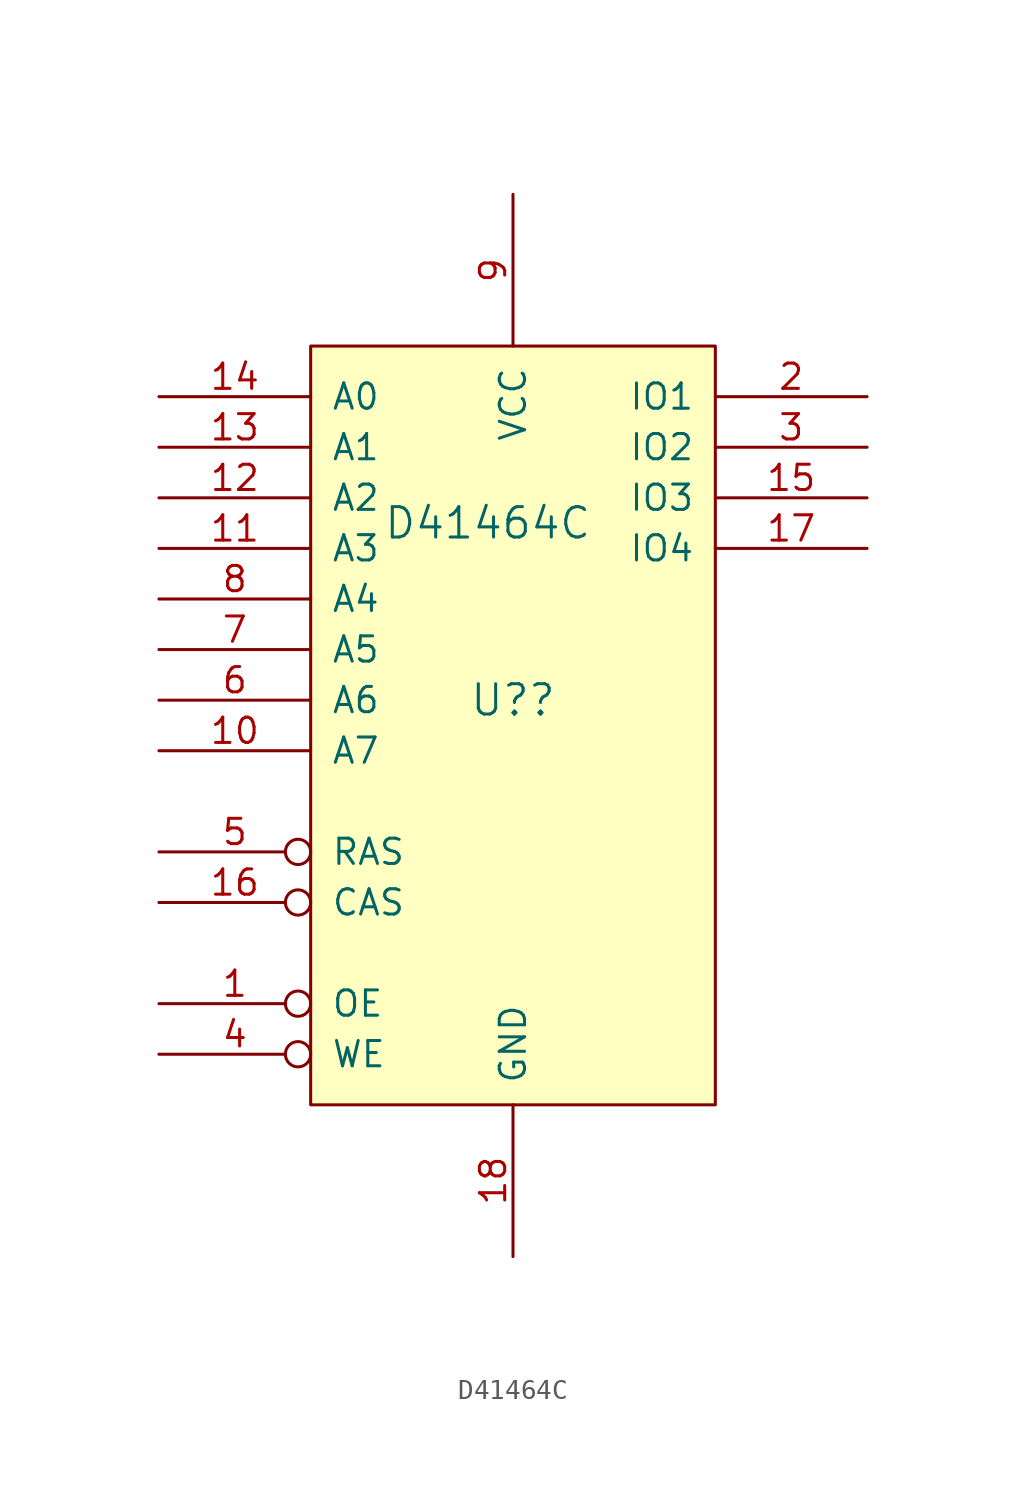
<source format=kicad_sym>
(kicad_symbol_lib
  (version 20211014)
  (generator kicad_symbol_editor)
  (symbol "D41464C"
    (pin_names
      (offset 1.016))
    (property "Reference" "U?"
      (at 0 0 0)
      (effects (font (size 1.524 1.524))))
    (property "Value" "D41464C"
      (at -1.27 8.89 0)
      (effects (font (size 1.524 1.524))))
    (symbol "D41464C_0_1"
      (rectangle (start -10.16 17.78) (end 10.16 -20.32) (stroke (width 0) (type default) (color 0 0 0 0)) (fill (type background))))
    (symbol "D41464C_1_1"
      (pin input inverted (at -17.78 -15.24 0) (length 7.62) (name "OE" (effects (font (size 1.27 1.27)))) (number "1" (effects (font (size 1.27 1.27)))))
      (pin input line (at -17.78 -2.54 0) (length 7.62) (name "A7" (effects (font (size 1.27 1.27)))) (number "10" (effects (font (size 1.27 1.27)))))
      (pin input line (at -17.78 7.62 0) (length 7.62) (name "A3" (effects (font (size 1.27 1.27)))) (number "11" (effects (font (size 1.27 1.27)))))
      (pin input line (at -17.78 10.16 0) (length 7.62) (name "A2" (effects (font (size 1.27 1.27)))) (number "12" (effects (font (size 1.27 1.27)))))
      (pin input line (at -17.78 12.7 0) (length 7.62) (name "A1" (effects (font (size 1.27 1.27)))) (number "13" (effects (font (size 1.27 1.27)))))
      (pin input line (at -17.78 15.24 0) (length 7.62) (name "A0" (effects (font (size 1.27 1.27)))) (number "14" (effects (font (size 1.27 1.27)))))
      (pin bidirectional line (at 17.78 10.16 180) (length 7.62) (name "IO3" (effects (font (size 1.27 1.27)))) (number "15" (effects (font (size 1.27 1.27)))))
      (pin input inverted (at -17.78 -10.16 0) (length 7.62) (name "CAS" (effects (font (size 1.27 1.27)))) (number "16" (effects (font (size 1.27 1.27)))))
      (pin bidirectional line (at 17.78 7.62 180) (length 7.62) (name "IO4" (effects (font (size 1.27 1.27)))) (number "17" (effects (font (size 1.27 1.27)))))
      (pin power_in line (at 0 -27.94 90) (length 7.62) (name "GND" (effects (font (size 1.27 1.27)))) (number "18" (effects (font (size 1.27 1.27)))))
      (pin bidirectional line (at 17.78 15.24 180) (length 7.62) (name "IO1" (effects (font (size 1.27 1.27)))) (number "2" (effects (font (size 1.27 1.27)))))
      (pin bidirectional line (at 17.78 12.7 180) (length 7.62) (name "IO2" (effects (font (size 1.27 1.27)))) (number "3" (effects (font (size 1.27 1.27)))))
      (pin input inverted (at -17.78 -17.78 0) (length 7.62) (name "WE" (effects (font (size 1.27 1.27)))) (number "4" (effects (font (size 1.27 1.27)))))
      (pin input inverted (at -17.78 -7.62 0) (length 7.62) (name "RAS" (effects (font (size 1.27 1.27)))) (number "5" (effects (font (size 1.27 1.27)))))
      (pin input line (at -17.78 0 0) (length 7.62) (name "A6" (effects (font (size 1.27 1.27)))) (number "6" (effects (font (size 1.27 1.27)))))
      (pin input line (at -17.78 2.54 0) (length 7.62) (name "A5" (effects (font (size 1.27 1.27)))) (number "7" (effects (font (size 1.27 1.27)))))
      (pin input line (at -17.78 5.08 0) (length 7.62) (name "A4" (effects (font (size 1.27 1.27)))) (number "8" (effects (font (size 1.27 1.27)))))
      (pin power_in line (at 0 25.4 270) (length 7.62) (name "VCC" (effects (font (size 1.27 1.27)))) (number "9" (effects (font (size 1.27 1.27))))))))
</source>
